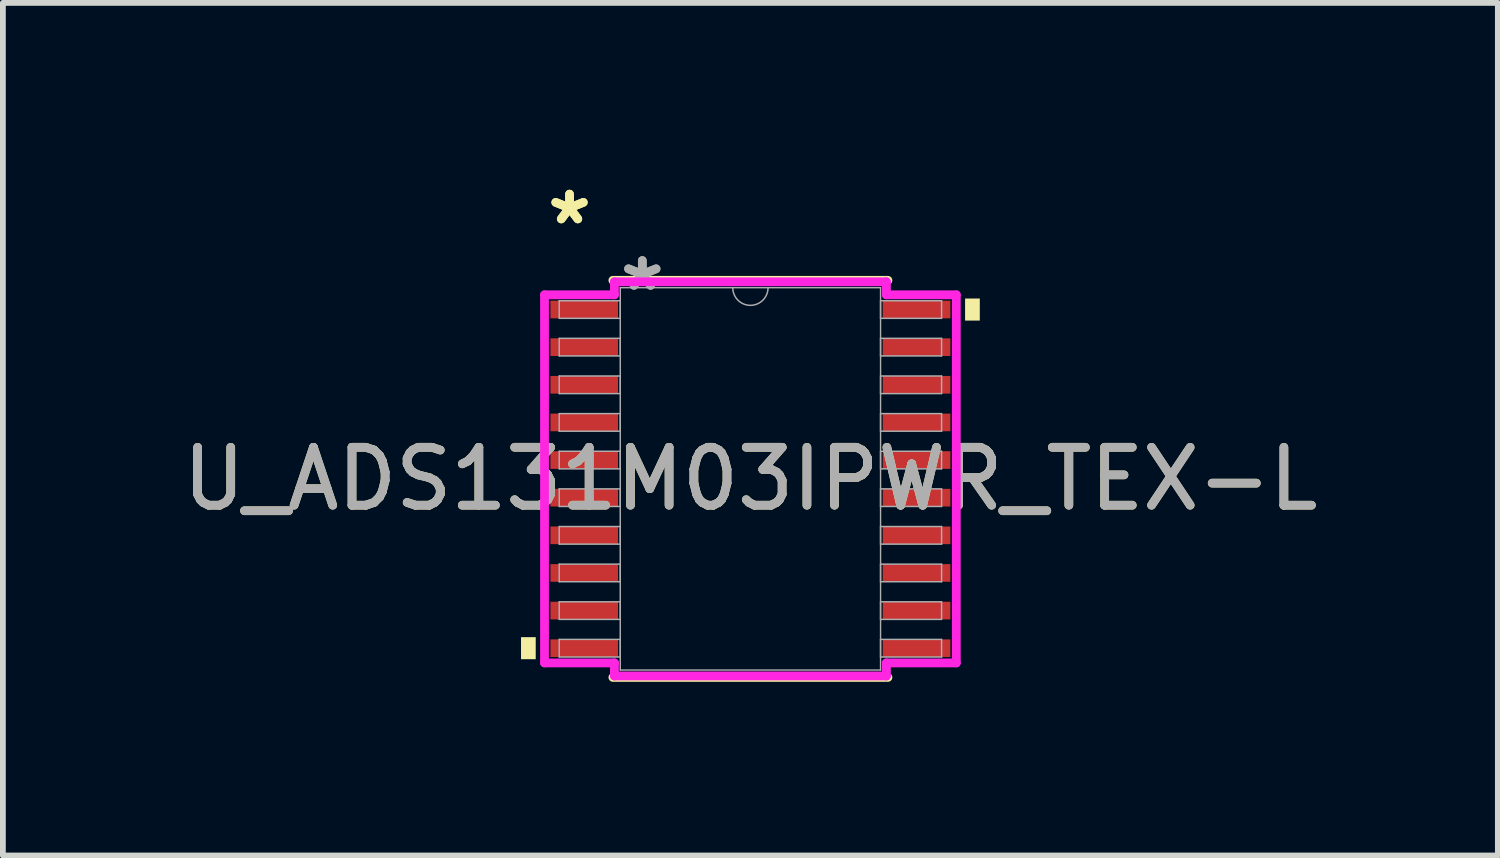
<source format=kicad_pcb>
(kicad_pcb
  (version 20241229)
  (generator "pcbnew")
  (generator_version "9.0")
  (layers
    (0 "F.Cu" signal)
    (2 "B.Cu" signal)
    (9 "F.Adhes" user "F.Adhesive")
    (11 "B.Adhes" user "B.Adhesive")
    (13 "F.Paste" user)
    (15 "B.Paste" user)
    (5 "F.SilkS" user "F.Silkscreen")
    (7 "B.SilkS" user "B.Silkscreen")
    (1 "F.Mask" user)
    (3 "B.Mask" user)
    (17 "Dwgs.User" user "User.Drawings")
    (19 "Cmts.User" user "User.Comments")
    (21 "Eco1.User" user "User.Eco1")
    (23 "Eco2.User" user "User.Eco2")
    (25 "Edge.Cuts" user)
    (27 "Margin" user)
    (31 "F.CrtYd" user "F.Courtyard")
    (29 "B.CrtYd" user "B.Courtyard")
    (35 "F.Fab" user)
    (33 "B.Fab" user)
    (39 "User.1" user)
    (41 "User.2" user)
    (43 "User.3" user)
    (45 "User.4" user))
  (footprint "U_ADS131M03IPWR_TEX-L"
    (layer "F.Cu")
    (at 9.911 5.221)
    (property "Reference" "U_ADS131M03IPWR_TEX-L" (at 0 0 0) (unlocked yes) (layer "F.SilkS") (effects (font (size 1 1) (thickness 0.15))))
    (attr smd)
    (fp_line (start -2.375 3.429) (end 2.375 3.429) (stroke (width 0.152) (type solid)) (layer "F.SilkS"))
    (fp_line (start 2.375 -3.429) (end -2.375 -3.429) (stroke (width 0.152) (type solid)) (layer "F.SilkS"))
    (fp_poly (pts (xy -3.962 2.734) (xy -3.962 3.115) (xy -3.708 3.115) (xy -3.708 2.734)) (stroke (width 0) (type solid)) (fill yes) (layer "F.SilkS"))
    (fp_poly (pts (xy 3.962 -3.115) (xy 3.962 -2.734) (xy 3.708 -2.734) (xy 3.708 -3.115)) (stroke (width 0) (type solid)) (fill yes) (layer "F.SilkS"))
    (fp_line (start -3.556 -3.179) (end -2.349 -3.179) (stroke (width 0.152) (type solid)) (layer "F.CrtYd"))
    (fp_line (start -3.556 3.179) (end -3.556 -3.179) (stroke (width 0.152) (type solid)) (layer "F.CrtYd"))
    (fp_line (start -3.556 3.179) (end -2.349 3.179) (stroke (width 0.152) (type solid)) (layer "F.CrtYd"))
    (fp_line (start -2.349 -3.404) (end 2.349 -3.404) (stroke (width 0.152) (type solid)) (layer "F.CrtYd"))
    (fp_line (start -2.349 -3.179) (end -2.349 -3.404) (stroke (width 0.152) (type solid)) (layer "F.CrtYd"))
    (fp_line (start -2.349 3.404) (end -2.349 3.179) (stroke (width 0.152) (type solid)) (layer "F.CrtYd"))
    (fp_line (start 2.349 -3.404) (end 2.349 -3.179) (stroke (width 0.152) (type solid)) (layer "F.CrtYd"))
    (fp_line (start 2.349 3.179) (end 2.349 3.404) (stroke (width 0.152) (type solid)) (layer "F.CrtYd"))
    (fp_line (start 2.349 3.404) (end -2.349 3.404) (stroke (width 0.152) (type solid)) (layer "F.CrtYd"))
    (fp_line (start 3.556 -3.179) (end 2.349 -3.179) (stroke (width 0.152) (type solid)) (layer "F.CrtYd"))
    (fp_line (start 3.556 -3.179) (end 3.556 3.179) (stroke (width 0.152) (type solid)) (layer "F.CrtYd"))
    (fp_line (start 3.556 3.179) (end 2.349 3.179) (stroke (width 0.152) (type solid)) (layer "F.CrtYd"))
    (fp_line (start -3.302 -3.077) (end -3.302 -2.773) (stroke (width 0.025) (type solid)) (layer "F.Fab"))
    (fp_line (start -3.302 -2.773) (end -2.248 -2.773) (stroke (width 0.025) (type solid)) (layer "F.Fab"))
    (fp_line (start -3.302 -2.427) (end -3.302 -2.123) (stroke (width 0.025) (type solid)) (layer "F.Fab"))
    (fp_line (start -3.302 -2.123) (end -2.248 -2.123) (stroke (width 0.025) (type solid)) (layer "F.Fab"))
    (fp_line (start -3.302 -1.777) (end -3.302 -1.473) (stroke (width 0.025) (type solid)) (layer "F.Fab"))
    (fp_line (start -3.302 -1.473) (end -2.248 -1.473) (stroke (width 0.025) (type solid)) (layer "F.Fab"))
    (fp_line (start -3.302 -1.127) (end -3.302 -0.823) (stroke (width 0.025) (type solid)) (layer "F.Fab"))
    (fp_line (start -3.302 -0.823) (end -2.248 -0.823) (stroke (width 0.025) (type solid)) (layer "F.Fab"))
    (fp_line (start -3.302 -0.477) (end -3.302 -0.173) (stroke (width 0.025) (type solid)) (layer "F.Fab"))
    (fp_line (start -3.302 -0.173) (end -2.248 -0.173) (stroke (width 0.025) (type solid)) (layer "F.Fab"))
    (fp_line (start -3.302 0.173) (end -3.302 0.477) (stroke (width 0.025) (type solid)) (layer "F.Fab"))
    (fp_line (start -3.302 0.477) (end -2.248 0.477) (stroke (width 0.025) (type solid)) (layer "F.Fab"))
    (fp_line (start -3.302 0.823) (end -3.302 1.127) (stroke (width 0.025) (type solid)) (layer "F.Fab"))
    (fp_line (start -3.302 1.127) (end -2.248 1.127) (stroke (width 0.025) (type solid)) (layer "F.Fab"))
    (fp_line (start -3.302 1.473) (end -3.302 1.777) (stroke (width 0.025) (type solid)) (layer "F.Fab"))
    (fp_line (start -3.302 1.777) (end -2.248 1.777) (stroke (width 0.025) (type solid)) (layer "F.Fab"))
    (fp_line (start -3.302 2.123) (end -3.302 2.427) (stroke (width 0.025) (type solid)) (layer "F.Fab"))
    (fp_line (start -3.302 2.427) (end -2.248 2.427) (stroke (width 0.025) (type solid)) (layer "F.Fab"))
    (fp_line (start -3.302 2.773) (end -3.302 3.077) (stroke (width 0.025) (type solid)) (layer "F.Fab"))
    (fp_line (start -3.302 3.077) (end -2.248 3.077) (stroke (width 0.025) (type solid)) (layer "F.Fab"))
    (fp_line (start -2.248 -3.302) (end -2.248 3.302) (stroke (width 0.025) (type solid)) (layer "F.Fab"))
    (fp_line (start -2.248 -3.077) (end -3.302 -3.077) (stroke (width 0.025) (type solid)) (layer "F.Fab"))
    (fp_line (start -2.248 -2.773) (end -2.248 -3.077) (stroke (width 0.025) (type solid)) (layer "F.Fab"))
    (fp_line (start -2.248 -2.427) (end -3.302 -2.427) (stroke (width 0.025) (type solid)) (layer "F.Fab"))
    (fp_line (start -2.248 -2.123) (end -2.248 -2.427) (stroke (width 0.025) (type solid)) (layer "F.Fab"))
    (fp_line (start -2.248 -1.777) (end -3.302 -1.777) (stroke (width 0.025) (type solid)) (layer "F.Fab"))
    (fp_line (start -2.248 -1.473) (end -2.248 -1.777) (stroke (width 0.025) (type solid)) (layer "F.Fab"))
    (fp_line (start -2.248 -1.127) (end -3.302 -1.127) (stroke (width 0.025) (type solid)) (layer "F.Fab"))
    (fp_line (start -2.248 -0.823) (end -2.248 -1.127) (stroke (width 0.025) (type solid)) (layer "F.Fab"))
    (fp_line (start -2.248 -0.477) (end -3.302 -0.477) (stroke (width 0.025) (type solid)) (layer "F.Fab"))
    (fp_line (start -2.248 -0.173) (end -2.248 -0.477) (stroke (width 0.025) (type solid)) (layer "F.Fab"))
    (fp_line (start -2.248 0.173) (end -3.302 0.173) (stroke (width 0.025) (type solid)) (layer "F.Fab"))
    (fp_line (start -2.248 0.477) (end -2.248 0.173) (stroke (width 0.025) (type solid)) (layer "F.Fab"))
    (fp_line (start -2.248 0.823) (end -3.302 0.823) (stroke (width 0.025) (type solid)) (layer "F.Fab"))
    (fp_line (start -2.248 1.127) (end -2.248 0.823) (stroke (width 0.025) (type solid)) (layer "F.Fab"))
    (fp_line (start -2.248 1.473) (end -3.302 1.473) (stroke (width 0.025) (type solid)) (layer "F.Fab"))
    (fp_line (start -2.248 1.777) (end -2.248 1.473) (stroke (width 0.025) (type solid)) (layer "F.Fab"))
    (fp_line (start -2.248 2.123) (end -3.302 2.123) (stroke (width 0.025) (type solid)) (layer "F.Fab"))
    (fp_line (start -2.248 2.427) (end -2.248 2.123) (stroke (width 0.025) (type solid)) (layer "F.Fab"))
    (fp_line (start -2.248 2.773) (end -3.302 2.773) (stroke (width 0.025) (type solid)) (layer "F.Fab"))
    (fp_line (start -2.248 3.077) (end -2.248 2.773) (stroke (width 0.025) (type solid)) (layer "F.Fab"))
    (fp_line (start -2.248 3.302) (end 2.248 3.302) (stroke (width 0.025) (type solid)) (layer "F.Fab"))
    (fp_line (start 2.248 -3.302) (end -2.248 -3.302) (stroke (width 0.025) (type solid)) (layer "F.Fab"))
    (fp_line (start 2.248 -3.077) (end 2.248 -2.773) (stroke (width 0.025) (type solid)) (layer "F.Fab"))
    (fp_line (start 2.248 -2.773) (end 3.302 -2.773) (stroke (width 0.025) (type solid)) (layer "F.Fab"))
    (fp_line (start 2.248 -2.427) (end 2.248 -2.123) (stroke (width 0.025) (type solid)) (layer "F.Fab"))
    (fp_line (start 2.248 -2.123) (end 3.302 -2.123) (stroke (width 0.025) (type solid)) (layer "F.Fab"))
    (fp_line (start 2.248 -1.777) (end 2.248 -1.473) (stroke (width 0.025) (type solid)) (layer "F.Fab"))
    (fp_line (start 2.248 -1.473) (end 3.302 -1.473) (stroke (width 0.025) (type solid)) (layer "F.Fab"))
    (fp_line (start 2.248 -1.127) (end 2.248 -0.823) (stroke (width 0.025) (type solid)) (layer "F.Fab"))
    (fp_line (start 2.248 -0.823) (end 3.302 -0.823) (stroke (width 0.025) (type solid)) (layer "F.Fab"))
    (fp_line (start 2.248 -0.477) (end 2.248 -0.173) (stroke (width 0.025) (type solid)) (layer "F.Fab"))
    (fp_line (start 2.248 -0.173) (end 3.302 -0.173) (stroke (width 0.025) (type solid)) (layer "F.Fab"))
    (fp_line (start 2.248 0.173) (end 2.248 0.477) (stroke (width 0.025) (type solid)) (layer "F.Fab"))
    (fp_line (start 2.248 0.477) (end 3.302 0.477) (stroke (width 0.025) (type solid)) (layer "F.Fab"))
    (fp_line (start 2.248 0.823) (end 2.248 1.127) (stroke (width 0.025) (type solid)) (layer "F.Fab"))
    (fp_line (start 2.248 1.127) (end 3.302 1.127) (stroke (width 0.025) (type solid)) (layer "F.Fab"))
    (fp_line (start 2.248 1.473) (end 2.248 1.777) (stroke (width 0.025) (type solid)) (layer "F.Fab"))
    (fp_line (start 2.248 1.777) (end 3.302 1.777) (stroke (width 0.025) (type solid)) (layer "F.Fab"))
    (fp_line (start 2.248 2.123) (end 2.248 2.427) (stroke (width 0.025) (type solid)) (layer "F.Fab"))
    (fp_line (start 2.248 2.427) (end 3.302 2.427) (stroke (width 0.025) (type solid)) (layer "F.Fab"))
    (fp_line (start 2.248 2.773) (end 2.248 3.077) (stroke (width 0.025) (type solid)) (layer "F.Fab"))
    (fp_line (start 2.248 3.077) (end 3.302 3.077) (stroke (width 0.025) (type solid)) (layer "F.Fab"))
    (fp_line (start 2.248 3.302) (end 2.248 -3.302) (stroke (width 0.025) (type solid)) (layer "F.Fab"))
    (fp_line (start 3.302 -3.077) (end 2.248 -3.077) (stroke (width 0.025) (type solid)) (layer "F.Fab"))
    (fp_line (start 3.302 -2.773) (end 3.302 -3.077) (stroke (width 0.025) (type solid)) (layer "F.Fab"))
    (fp_line (start 3.302 -2.427) (end 2.248 -2.427) (stroke (width 0.025) (type solid)) (layer "F.Fab"))
    (fp_line (start 3.302 -2.123) (end 3.302 -2.427) (stroke (width 0.025) (type solid)) (layer "F.Fab"))
    (fp_line (start 3.302 -1.777) (end 2.248 -1.777) (stroke (width 0.025) (type solid)) (layer "F.Fab"))
    (fp_line (start 3.302 -1.473) (end 3.302 -1.777) (stroke (width 0.025) (type solid)) (layer "F.Fab"))
    (fp_line (start 3.302 -1.127) (end 2.248 -1.127) (stroke (width 0.025) (type solid)) (layer "F.Fab"))
    (fp_line (start 3.302 -0.823) (end 3.302 -1.127) (stroke (width 0.025) (type solid)) (layer "F.Fab"))
    (fp_line (start 3.302 -0.477) (end 2.248 -0.477) (stroke (width 0.025) (type solid)) (layer "F.Fab"))
    (fp_line (start 3.302 -0.173) (end 3.302 -0.477) (stroke (width 0.025) (type solid)) (layer "F.Fab"))
    (fp_line (start 3.302 0.173) (end 2.248 0.173) (stroke (width 0.025) (type solid)) (layer "F.Fab"))
    (fp_line (start 3.302 0.477) (end 3.302 0.173) (stroke (width 0.025) (type solid)) (layer "F.Fab"))
    (fp_line (start 3.302 0.823) (end 2.248 0.823) (stroke (width 0.025) (type solid)) (layer "F.Fab"))
    (fp_line (start 3.302 1.127) (end 3.302 0.823) (stroke (width 0.025) (type solid)) (layer "F.Fab"))
    (fp_line (start 3.302 1.473) (end 2.248 1.473) (stroke (width 0.025) (type solid)) (layer "F.Fab"))
    (fp_line (start 3.302 1.777) (end 3.302 1.473) (stroke (width 0.025) (type solid)) (layer "F.Fab"))
    (fp_line (start 3.302 2.123) (end 2.248 2.123) (stroke (width 0.025) (type solid)) (layer "F.Fab"))
    (fp_line (start 3.302 2.427) (end 3.302 2.123) (stroke (width 0.025) (type solid)) (layer "F.Fab"))
    (fp_line (start 3.302 2.773) (end 2.248 2.773) (stroke (width 0.025) (type solid)) (layer "F.Fab"))
    (fp_line (start 3.302 3.077) (end 3.302 2.773) (stroke (width 0.025) (type solid)) (layer "F.Fab"))
    (fp_arc (start 0.3048 -3.302) (mid 0 -2.9972) (end -0.3048 -3.302) (stroke (width 0.0254) (type solid)) (layer "F.Fab"))
    (fp_text user "*" (at -3.124 -4.373 0) (unlocked yes) (layer "F.SilkS") (effects (font (size 1 1) (thickness 0.15))))
    (fp_text user "*" (at -3.124 -4.373 0) (layer "F.SilkS") (effects (font (size 1 1) (thickness 0.15))))
    (fp_text user "*" (at -1.867 -3.226 0) (layer "F.Fab") (effects (font (size 1 1) (thickness 0.15))))
    (fp_text user "${REFERENCE}" (at 0 0 0) (unlocked yes) (layer "F.Fab") (effects (font (size 1 1) (thickness 0.15))))
    (fp_text user "*" (at -1.867 -3.226 0) (unlocked yes) (layer "F.Fab") (effects (font (size 1 1) (thickness 0.15))))
    (pad "1" smd rect (at -2.87 -2.925) (size 1.168 0.305) (layers "F.Cu" "F.Mask" "F.Paste"))
    (pad "2" smd rect (at -2.87 -2.275) (size 1.168 0.305) (layers "F.Cu" "F.Mask" "F.Paste"))
    (pad "3" smd rect (at -2.87 -1.625) (size 1.168 0.305) (layers "F.Cu" "F.Mask" "F.Paste"))
    (pad "4" smd rect (at -2.87 -0.975) (size 1.168 0.305) (layers "F.Cu" "F.Mask" "F.Paste"))
    (pad "5" smd rect (at -2.87 -0.325) (size 1.168 0.305) (layers "F.Cu" "F.Mask" "F.Paste"))
    (pad "6" smd rect (at -2.87 0.325) (size 1.168 0.305) (layers "F.Cu" "F.Mask" "F.Paste"))
    (pad "7" smd rect (at -2.87 0.975) (size 1.168 0.305) (layers "F.Cu" "F.Mask" "F.Paste"))
    (pad "8" smd rect (at -2.87 1.625) (size 1.168 0.305) (layers "F.Cu" "F.Mask" "F.Paste"))
    (pad "9" smd rect (at -2.87 2.275) (size 1.168 0.305) (layers "F.Cu" "F.Mask" "F.Paste"))
    (pad "10" smd rect (at -2.87 2.925) (size 1.168 0.305) (layers "F.Cu" "F.Mask" "F.Paste"))
    (pad "11" smd rect (at 2.87 2.925) (size 1.168 0.305) (layers "F.Cu" "F.Mask" "F.Paste"))
    (pad "12" smd rect (at 2.87 2.275) (size 1.168 0.305) (layers "F.Cu" "F.Mask" "F.Paste"))
    (pad "13" smd rect (at 2.87 1.625) (size 1.168 0.305) (layers "F.Cu" "F.Mask" "F.Paste"))
    (pad "14" smd rect (at 2.87 0.975) (size 1.168 0.305) (layers "F.Cu" "F.Mask" "F.Paste"))
    (pad "15" smd rect (at 2.87 0.325) (size 1.168 0.305) (layers "F.Cu" "F.Mask" "F.Paste"))
    (pad "16" smd rect (at 2.87 -0.325) (size 1.168 0.305) (layers "F.Cu" "F.Mask" "F.Paste"))
    (pad "17" smd rect (at 2.87 -0.975) (size 1.168 0.305) (layers "F.Cu" "F.Mask" "F.Paste"))
    (pad "18" smd rect (at 2.87 -1.625) (size 1.168 0.305) (layers "F.Cu" "F.Mask" "F.Paste"))
    (pad "19" smd rect (at 2.87 -2.275) (size 1.168 0.305) (layers "F.Cu" "F.Mask" "F.Paste"))
    (pad "20" smd rect (at 2.87 -2.925) (size 1.168 0.305) (layers "F.Cu" "F.Mask" "F.Paste")))
  (gr_rect
    (start -3 -3)
    (end 22.821 11.726)
    (stroke (width 0.1) (type default))
    (fill no)
    (layer "Edge.Cuts")))
</source>
